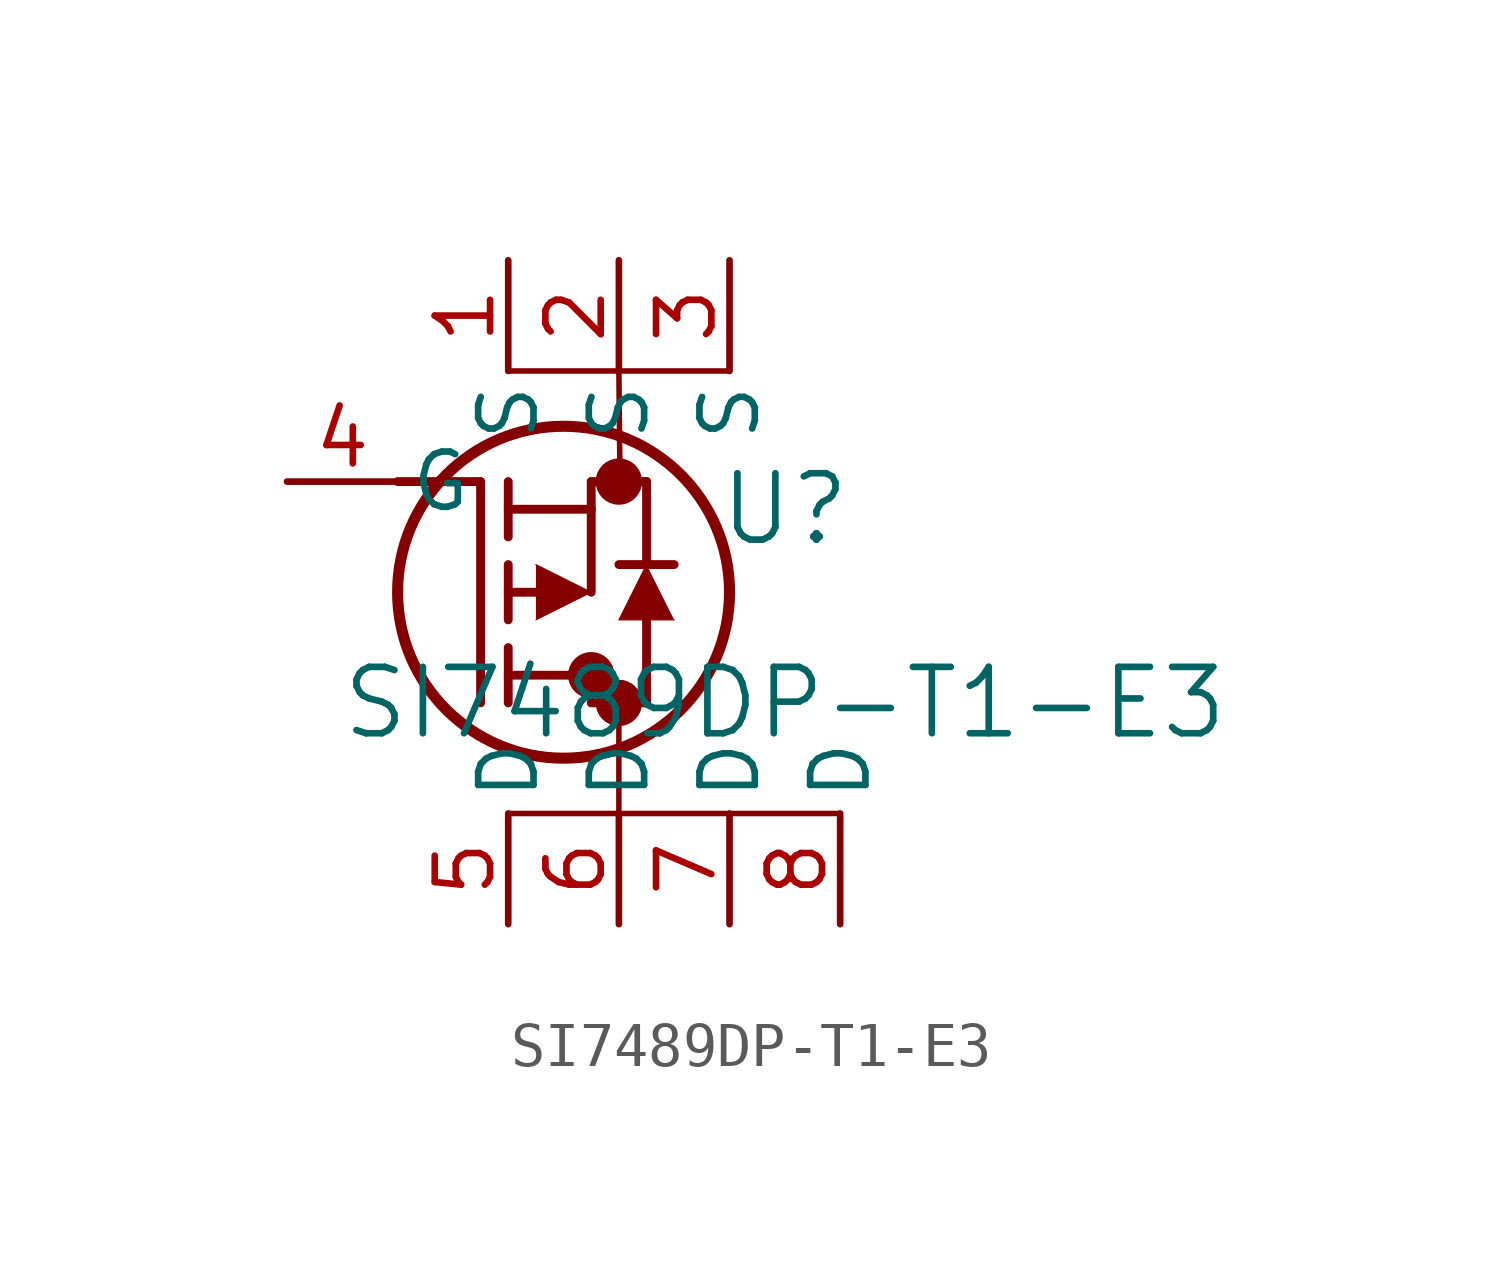
<source format=kicad_sym>
(kicad_symbol_lib
  (version 20211014)
  (generator kicad_symbol_editor)
  (symbol "SI7489DP-T1-E3"
    (pin_names
      (offset 0.254))
    (property "Reference" "U"
      (at 11.43 -0.635 0)
      (effects (font (size 1.524 1.524))))
    (property "Value" "SI7489DP-T1-E3"
      (at 11.43 -5.08 0)
      (effects (font (size 1.524 1.524))))
    (symbol "SI7489DP-T1-E3_0_1"
      (polyline (pts (xy 2.54 0) (xy 4.445 0)) (stroke (width 0.203) (type default) (color 0 0 0 0)) (fill (type none)))
      (circle (center 7.62 0) (radius 0.025) (stroke (width 0.508) (type default) (color 0 0 0 0)) (fill (type none)))
      (circle (center 7.62 -5.08) (radius 0.025) (stroke (width 0.508) (type default) (color 0 0 0 0)) (fill (type none)))
      (circle (center 6.985 -4.445) (radius 0.025) (stroke (width 0.508) (type default) (color 0 0 0 0)) (fill (type none)))
      (circle (center 6.35 -2.54) (radius 3.81) (stroke (width 0.254) (type default) (color 0 0 0 0)) (fill (type none)))
      (polyline (pts (xy 4.445 -5.08) (xy 4.445 0)) (stroke (width 0.203) (type default) (color 0 0 0 0)) (fill (type none)))
      (polyline (pts (xy 5.08 -3.175) (xy 5.08 -1.905)) (stroke (width 0.203) (type default) (color 0 0 0 0)) (fill (type none)))
      (polyline (pts (xy 5.08 -5.08) (xy 5.08 -3.81)) (stroke (width 0.203) (type default) (color 0 0 0 0)) (fill (type none)))
      (polyline (pts (xy 5.08 -1.27) (xy 5.08 0)) (stroke (width 0.203) (type default) (color 0 0 0 0)) (fill (type none)))
      (polyline (pts (xy 5.715 -2.54) (xy 5.08 -2.54)) (stroke (width 0.203) (type default) (color 0 0 0 0)) (fill (type none)))
      (polyline (pts (xy 5.08 -4.445) (xy 6.985 -4.445)) (stroke (width 0.203) (type default) (color 0 0 0 0)) (fill (type none)))
      (polyline (pts (xy 6.985 -0.635) (xy 6.985 -2.54)) (stroke (width 0.203) (type default) (color 0 0 0 0)) (fill (type none)))
      (polyline (pts (xy 6.985 -5.08) (xy 8.255 -5.08)) (stroke (width 0.203) (type default) (color 0 0 0 0)) (fill (type none)))
      (polyline (pts (xy 5.08 -0.635) (xy 6.985 -0.635)) (stroke (width 0.203) (type default) (color 0 0 0 0)) (fill (type none)))
      (polyline (pts (xy 8.255 -1.905) (xy 8.255 0)) (stroke (width 0.203) (type default) (color 0 0 0 0)) (fill (type none)))
      (polyline (pts (xy 5.715 -3.175) (xy 6.985 -2.54) (xy 5.715 -1.905)) (stroke (width 0.025) (type default) (color 0 0 0 0)) (fill (type outline)))
      (polyline (pts (xy 8.89 -3.175) (xy 7.62 -3.175) (xy 8.255 -1.905)) (stroke (width 0.025) (type default) (color 0 0 0 0)) (fill (type outline)))
      (polyline (pts (xy 8.255 -5.08) (xy 8.255 -3.175)) (stroke (width 0.203) (type default) (color 0 0 0 0)) (fill (type none)))
      (polyline (pts (xy 8.89 -1.905) (xy 7.62 -1.905)) (stroke (width 0.203) (type default) (color 0 0 0 0)) (fill (type none)))
      (polyline (pts (xy 6.985 0) (xy 8.255 0)) (stroke (width 0.203) (type default) (color 0 0 0 0)) (fill (type none)))
      (polyline (pts (xy 6.985 -0.635) (xy 6.985 0)) (stroke (width 0.203) (type default) (color 0 0 0 0)) (fill (type none)))
      (polyline (pts (xy 6.985 -4.445) (xy 6.985 -5.08)) (stroke (width 0.127) (type default) (color 0 0 0 0)) (fill (type none)))
      (polyline (pts (xy 5.08 -7.62) (xy 12.7 -7.62)) (stroke (width 0.127) (type default) (color 0 0 0 0)) (fill (type none)))
      (polyline (pts (xy 5.08 2.54) (xy 10.16 2.54)) (stroke (width 0.127) (type default) (color 0 0 0 0)) (fill (type none)))
      (polyline (pts (xy 7.62 2.54) (xy 7.645 0)) (stroke (width 0.127) (type default) (color 0 0 0 0)) (fill (type none)))
      (polyline (pts (xy 7.62 -7.62) (xy 7.62 -5.08)) (stroke (width 0.127) (type default) (color 0 0 0 0)) (fill (type none)))
      (pin unspecified line (at 5.08 5.08 270) (length 2.54) (name "S" (effects (font (size 1.27 1.27)))) (number "1" (effects (font (size 1.27 1.27)))))
      (pin unspecified line (at 7.62 5.08 270) (length 2.54) (name "S" (effects (font (size 1.27 1.27)))) (number "2" (effects (font (size 1.27 1.27)))))
      (pin unspecified line (at 10.16 5.08 270) (length 2.54) (name "S" (effects (font (size 1.27 1.27)))) (number "3" (effects (font (size 1.27 1.27)))))
      (pin unspecified line (at 0 0 0) (length 2.54) (name "G" (effects (font (size 1.27 1.27)))) (number "4" (effects (font (size 1.27 1.27)))))
      (pin unspecified line (at 5.08 -10.16 90) (length 2.54) (name "D" (effects (font (size 1.27 1.27)))) (number "5" (effects (font (size 1.27 1.27)))))
      (pin unspecified line (at 7.62 -10.16 90) (length 2.54) (name "D" (effects (font (size 1.27 1.27)))) (number "6" (effects (font (size 1.27 1.27)))))
      (pin unspecified line (at 10.16 -10.16 90) (length 2.54) (name "D" (effects (font (size 1.27 1.27)))) (number "7" (effects (font (size 1.27 1.27)))))
      (pin unspecified line (at 12.7 -10.16 90) (length 2.54) (name "D" (effects (font (size 1.27 1.27)))) (number "8" (effects (font (size 1.27 1.27))))))))
</source>
